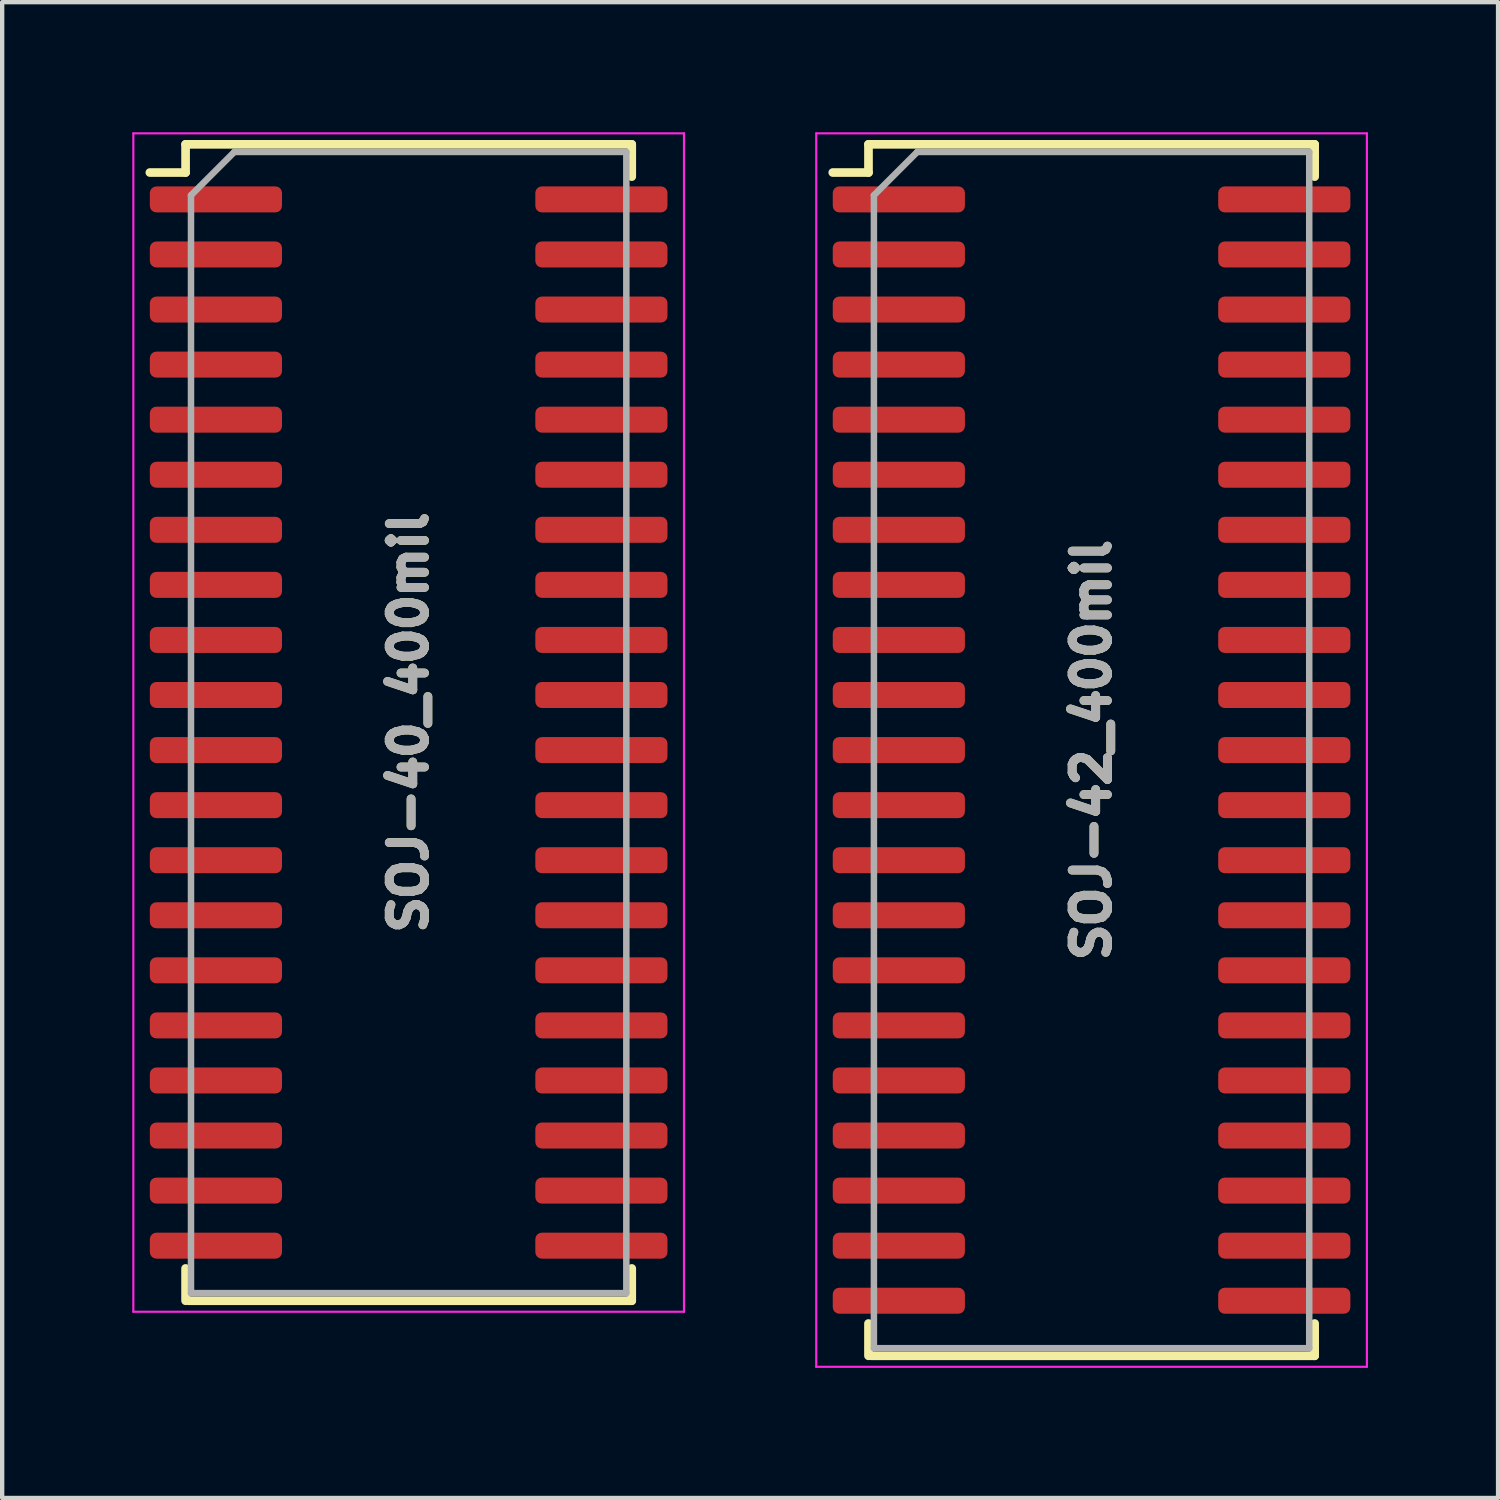
<source format=kicad_pcb>
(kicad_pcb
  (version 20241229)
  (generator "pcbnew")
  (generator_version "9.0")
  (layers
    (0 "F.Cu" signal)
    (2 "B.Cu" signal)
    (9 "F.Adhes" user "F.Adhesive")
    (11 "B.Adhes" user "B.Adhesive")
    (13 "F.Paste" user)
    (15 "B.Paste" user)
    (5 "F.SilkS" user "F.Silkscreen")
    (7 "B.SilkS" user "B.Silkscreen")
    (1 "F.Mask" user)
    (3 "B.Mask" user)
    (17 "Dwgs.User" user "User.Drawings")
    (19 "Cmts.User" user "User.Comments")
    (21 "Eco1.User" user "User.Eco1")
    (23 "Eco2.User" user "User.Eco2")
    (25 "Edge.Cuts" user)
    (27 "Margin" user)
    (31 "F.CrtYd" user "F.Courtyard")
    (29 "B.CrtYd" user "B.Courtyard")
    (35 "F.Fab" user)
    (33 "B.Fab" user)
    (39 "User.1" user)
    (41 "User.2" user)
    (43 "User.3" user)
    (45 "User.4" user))
  (footprint "SOJ-42_400mil"
    (layer "F.Cu")
    (at 22.125 14.249)
    (property "Reference" "SOJ-42_400mil" (at 0 0 90) (layer "F.Fab") (effects (font (size 0.813 0.813) (thickness 0.203))))
    (attr smd)
    (fp_line (start -5.145 -13.97) (end -5.145 -13.32) (stroke (width 0.2) (type solid)) (layer "F.SilkS"))
    (fp_line (start -5.145 -13.97) (end 5.145 -13.97) (stroke (width 0.2) (type solid)) (layer "F.SilkS"))
    (fp_line (start -5.145 -13.32) (end -5.969 -13.32) (stroke (width 0.2) (type solid)) (layer "F.SilkS"))
    (fp_line (start -5.145 13.97) (end -5.145 13.225) (stroke (width 0.2) (type solid)) (layer "F.SilkS"))
    (fp_line (start -5.08 13.97) (end 5.145 13.97) (stroke (width 0.2) (type solid)) (layer "F.SilkS"))
    (fp_line (start 5.145 -13.97) (end 5.145 -13.225) (stroke (width 0.2) (type solid)) (layer "F.SilkS"))
    (fp_line (start 5.145 13.97) (end 5.145 13.225) (stroke (width 0.2) (type solid)) (layer "F.SilkS"))
    (fp_line (start -6.35 -14.224) (end -6.35 14.224) (stroke (width 0.05) (type solid)) (layer "F.CrtYd"))
    (fp_line (start -6.35 -14.224) (end 6.35 -14.224) (stroke (width 0.05) (type solid)) (layer "F.CrtYd"))
    (fp_line (start -6.35 14.224) (end 6.35 14.224) (stroke (width 0.05) (type solid)) (layer "F.CrtYd"))
    (fp_line (start 6.35 -14.224) (end 6.35 14.224) (stroke (width 0.05) (type solid)) (layer "F.CrtYd"))
    (fp_line (start -5.02 -12.795) (end -5.02 13.795) (stroke (width 0.15) (type solid)) (layer "F.Fab"))
    (fp_line (start -5.02 -12.795) (end -4.02 -13.795) (stroke (width 0.15) (type solid)) (layer "F.Fab"))
    (fp_line (start -4.02 -13.795) (end 5.02 -13.795) (stroke (width 0.15) (type solid)) (layer "F.Fab"))
    (fp_line (start 5.02 -13.795) (end 5.02 13.795) (stroke (width 0.15) (type solid)) (layer "F.Fab"))
    (fp_line (start 5.02 13.795) (end -5.02 13.795) (stroke (width 0.15) (type solid)) (layer "F.Fab"))
    (fp_text user "${REFERENCE}" (at 0 0 90) (layer "F.SilkS") (effects (font (size 0.813 0.813) (thickness 0.203))))
    (pad "1" smd roundrect (at -4.445 -12.7) (size 3.048 0.6) (layers "F.Cu" "F.Mask" "F.Paste") (roundrect_rratio 0.25))
    (pad "2" smd roundrect (at -4.445 -11.43) (size 3.048 0.6) (layers "F.Cu" "F.Mask" "F.Paste") (roundrect_rratio 0.25))
    (pad "3" smd roundrect (at -4.445 -10.16) (size 3.048 0.6) (layers "F.Cu" "F.Mask" "F.Paste") (roundrect_rratio 0.25))
    (pad "4" smd roundrect (at -4.445 -8.89) (size 3.048 0.6) (layers "F.Cu" "F.Mask" "F.Paste") (roundrect_rratio 0.25))
    (pad "5" smd roundrect (at -4.445 -7.62) (size 3.048 0.6) (layers "F.Cu" "F.Mask" "F.Paste") (roundrect_rratio 0.25))
    (pad "6" smd roundrect (at -4.445 -6.35) (size 3.048 0.6) (layers "F.Cu" "F.Mask" "F.Paste") (roundrect_rratio 0.25))
    (pad "7" smd roundrect (at -4.445 -5.08) (size 3.048 0.6) (layers "F.Cu" "F.Mask" "F.Paste") (roundrect_rratio 0.25))
    (pad "8" smd roundrect (at -4.445 -3.81) (size 3.048 0.6) (layers "F.Cu" "F.Mask" "F.Paste") (roundrect_rratio 0.25))
    (pad "9" smd roundrect (at -4.445 -2.54) (size 3.048 0.6) (layers "F.Cu" "F.Mask" "F.Paste") (roundrect_rratio 0.25))
    (pad "10" smd roundrect (at -4.445 -1.27) (size 3.048 0.6) (layers "F.Cu" "F.Mask" "F.Paste") (roundrect_rratio 0.25))
    (pad "11" smd roundrect (at -4.445 0) (size 3.048 0.6) (layers "F.Cu" "F.Mask" "F.Paste") (roundrect_rratio 0.25))
    (pad "12" smd roundrect (at -4.445 1.27) (size 3.048 0.6) (layers "F.Cu" "F.Mask" "F.Paste") (roundrect_rratio 0.25))
    (pad "13" smd roundrect (at -4.445 2.54) (size 3.048 0.6) (layers "F.Cu" "F.Mask" "F.Paste") (roundrect_rratio 0.25))
    (pad "14" smd roundrect (at -4.445 3.81) (size 3.048 0.6) (layers "F.Cu" "F.Mask" "F.Paste") (roundrect_rratio 0.25))
    (pad "15" smd roundrect (at -4.445 5.08) (size 3.048 0.6) (layers "F.Cu" "F.Mask" "F.Paste") (roundrect_rratio 0.25))
    (pad "16" smd roundrect (at -4.445 6.35) (size 3.048 0.6) (layers "F.Cu" "F.Mask" "F.Paste") (roundrect_rratio 0.25))
    (pad "17" smd roundrect (at -4.445 7.62) (size 3.048 0.6) (layers "F.Cu" "F.Mask" "F.Paste") (roundrect_rratio 0.25))
    (pad "18" smd roundrect (at -4.445 8.89) (size 3.048 0.6) (layers "F.Cu" "F.Mask" "F.Paste") (roundrect_rratio 0.25))
    (pad "19" smd roundrect (at -4.445 10.16) (size 3.048 0.6) (layers "F.Cu" "F.Mask" "F.Paste") (roundrect_rratio 0.25))
    (pad "20" smd roundrect (at -4.445 11.43) (size 3.048 0.6) (layers "F.Cu" "F.Mask" "F.Paste") (roundrect_rratio 0.25))
    (pad "21" smd roundrect (at -4.445 12.7) (size 3.048 0.6) (layers "F.Cu" "F.Mask" "F.Paste") (roundrect_rratio 0.25))
    (pad "22" smd roundrect (at 4.445 12.7) (size 3.048 0.6) (layers "F.Cu" "F.Mask" "F.Paste") (roundrect_rratio 0.25))
    (pad "23" smd roundrect (at 4.445 11.43) (size 3.048 0.6) (layers "F.Cu" "F.Mask" "F.Paste") (roundrect_rratio 0.25))
    (pad "24" smd roundrect (at 4.445 10.16) (size 3.048 0.6) (layers "F.Cu" "F.Mask" "F.Paste") (roundrect_rratio 0.25))
    (pad "25" smd roundrect (at 4.445 8.89) (size 3.048 0.6) (layers "F.Cu" "F.Mask" "F.Paste") (roundrect_rratio 0.25))
    (pad "26" smd roundrect (at 4.445 7.62) (size 3.048 0.6) (layers "F.Cu" "F.Mask" "F.Paste") (roundrect_rratio 0.25))
    (pad "27" smd roundrect (at 4.445 6.35) (size 3.048 0.6) (layers "F.Cu" "F.Mask" "F.Paste") (roundrect_rratio 0.25))
    (pad "28" smd roundrect (at 4.445 5.08) (size 3.048 0.6) (layers "F.Cu" "F.Mask" "F.Paste") (roundrect_rratio 0.25))
    (pad "29" smd roundrect (at 4.445 3.81) (size 3.048 0.6) (layers "F.Cu" "F.Mask" "F.Paste") (roundrect_rratio 0.25))
    (pad "30" smd roundrect (at 4.445 2.54) (size 3.048 0.6) (layers "F.Cu" "F.Mask" "F.Paste") (roundrect_rratio 0.25))
    (pad "31" smd roundrect (at 4.445 1.27) (size 3.048 0.6) (layers "F.Cu" "F.Mask" "F.Paste") (roundrect_rratio 0.25))
    (pad "32" smd roundrect (at 4.445 0) (size 3.048 0.6) (layers "F.Cu" "F.Mask" "F.Paste") (roundrect_rratio 0.25))
    (pad "33" smd roundrect (at 4.445 -1.27) (size 3.048 0.6) (layers "F.Cu" "F.Mask" "F.Paste") (roundrect_rratio 0.25))
    (pad "34" smd roundrect (at 4.445 -2.54) (size 3.048 0.6) (layers "F.Cu" "F.Mask" "F.Paste") (roundrect_rratio 0.25))
    (pad "35" smd roundrect (at 4.445 -3.81) (size 3.048 0.6) (layers "F.Cu" "F.Mask" "F.Paste") (roundrect_rratio 0.25))
    (pad "36" smd roundrect (at 4.445 -5.08) (size 3.048 0.6) (layers "F.Cu" "F.Mask" "F.Paste") (roundrect_rratio 0.25))
    (pad "37" smd roundrect (at 4.445 -6.35) (size 3.048 0.6) (layers "F.Cu" "F.Mask" "F.Paste") (roundrect_rratio 0.25))
    (pad "38" smd roundrect (at 4.445 -7.62) (size 3.048 0.6) (layers "F.Cu" "F.Mask" "F.Paste") (roundrect_rratio 0.25))
    (pad "39" smd roundrect (at 4.445 -8.89) (size 3.048 0.6) (layers "F.Cu" "F.Mask" "F.Paste") (roundrect_rratio 0.25))
    (pad "40" smd roundrect (at 4.445 -10.16) (size 3.048 0.6) (layers "F.Cu" "F.Mask" "F.Paste") (roundrect_rratio 0.25))
    (pad "41" smd roundrect (at 4.445 -11.43) (size 3.048 0.6) (layers "F.Cu" "F.Mask" "F.Paste") (roundrect_rratio 0.25))
    (pad "42" smd roundrect (at 4.445 -12.7) (size 3.048 0.6) (layers "F.Cu" "F.Mask" "F.Paste") (roundrect_rratio 0.25)))
  (footprint "SOJ-40_400mil"
    (layer "F.Cu")
    (at 6.375 13.614)
    (property "Reference" "SOJ-40_400mil" (at 0 0 90) (layer "F.Fab") (effects (font (size 0.813 0.813) (thickness 0.203))))
    (attr smd)
    (fp_line (start -5.145 -13.335) (end -5.145 -12.685) (stroke (width 0.2) (type solid)) (layer "F.SilkS"))
    (fp_line (start -5.145 -13.335) (end 5.145 -13.335) (stroke (width 0.2) (type solid)) (layer "F.SilkS"))
    (fp_line (start -5.145 -12.685) (end -5.969 -12.685) (stroke (width 0.2) (type solid)) (layer "F.SilkS"))
    (fp_line (start -5.145 13.335) (end -5.145 12.59) (stroke (width 0.2) (type solid)) (layer "F.SilkS"))
    (fp_line (start -5.08 13.335) (end 5.145 13.335) (stroke (width 0.2) (type solid)) (layer "F.SilkS"))
    (fp_line (start 5.145 -13.335) (end 5.145 -12.59) (stroke (width 0.2) (type solid)) (layer "F.SilkS"))
    (fp_line (start 5.145 13.335) (end 5.145 12.59) (stroke (width 0.2) (type solid)) (layer "F.SilkS"))
    (fp_line (start -6.35 -13.589) (end -6.35 13.589) (stroke (width 0.05) (type solid)) (layer "F.CrtYd"))
    (fp_line (start -6.35 -13.589) (end 6.35 -13.589) (stroke (width 0.05) (type solid)) (layer "F.CrtYd"))
    (fp_line (start -6.35 13.589) (end 6.35 13.589) (stroke (width 0.05) (type solid)) (layer "F.CrtYd"))
    (fp_line (start 6.35 -13.589) (end 6.35 13.589) (stroke (width 0.05) (type solid)) (layer "F.CrtYd"))
    (fp_line (start -5.02 -12.16) (end -5.02 13.16) (stroke (width 0.15) (type solid)) (layer "F.Fab"))
    (fp_line (start -5.02 -12.16) (end -4.02 -13.16) (stroke (width 0.15) (type solid)) (layer "F.Fab"))
    (fp_line (start -4.02 -13.16) (end 5.02 -13.16) (stroke (width 0.15) (type solid)) (layer "F.Fab"))
    (fp_line (start 5.02 -13.16) (end 5.02 13.16) (stroke (width 0.15) (type solid)) (layer "F.Fab"))
    (fp_line (start 5.02 13.16) (end -5.02 13.16) (stroke (width 0.15) (type solid)) (layer "F.Fab"))
    (fp_text user "${REFERENCE}" (at 0 0 90) (layer "F.SilkS") (effects (font (size 0.813 0.813) (thickness 0.203))))
    (pad "1" smd roundrect (at -4.445 -12.065) (size 3.048 0.6) (layers "F.Cu" "F.Mask" "F.Paste") (roundrect_rratio 0.25))
    (pad "2" smd roundrect (at -4.445 -10.795) (size 3.048 0.6) (layers "F.Cu" "F.Mask" "F.Paste") (roundrect_rratio 0.25))
    (pad "3" smd roundrect (at -4.445 -9.525) (size 3.048 0.6) (layers "F.Cu" "F.Mask" "F.Paste") (roundrect_rratio 0.25))
    (pad "4" smd roundrect (at -4.445 -8.255) (size 3.048 0.6) (layers "F.Cu" "F.Mask" "F.Paste") (roundrect_rratio 0.25))
    (pad "5" smd roundrect (at -4.445 -6.985) (size 3.048 0.6) (layers "F.Cu" "F.Mask" "F.Paste") (roundrect_rratio 0.25))
    (pad "6" smd roundrect (at -4.445 -5.715) (size 3.048 0.6) (layers "F.Cu" "F.Mask" "F.Paste") (roundrect_rratio 0.25))
    (pad "7" smd roundrect (at -4.445 -4.445) (size 3.048 0.6) (layers "F.Cu" "F.Mask" "F.Paste") (roundrect_rratio 0.25))
    (pad "8" smd roundrect (at -4.445 -3.175) (size 3.048 0.6) (layers "F.Cu" "F.Mask" "F.Paste") (roundrect_rratio 0.25))
    (pad "9" smd roundrect (at -4.445 -1.905) (size 3.048 0.6) (layers "F.Cu" "F.Mask" "F.Paste") (roundrect_rratio 0.25))
    (pad "10" smd roundrect (at -4.445 -0.635) (size 3.048 0.6) (layers "F.Cu" "F.Mask" "F.Paste") (roundrect_rratio 0.25))
    (pad "11" smd roundrect (at -4.445 0.635) (size 3.048 0.6) (layers "F.Cu" "F.Mask" "F.Paste") (roundrect_rratio 0.25))
    (pad "12" smd roundrect (at -4.445 1.905) (size 3.048 0.6) (layers "F.Cu" "F.Mask" "F.Paste") (roundrect_rratio 0.25))
    (pad "13" smd roundrect (at -4.445 3.175) (size 3.048 0.6) (layers "F.Cu" "F.Mask" "F.Paste") (roundrect_rratio 0.25))
    (pad "14" smd roundrect (at -4.445 4.445) (size 3.048 0.6) (layers "F.Cu" "F.Mask" "F.Paste") (roundrect_rratio 0.25))
    (pad "15" smd roundrect (at -4.445 5.715) (size 3.048 0.6) (layers "F.Cu" "F.Mask" "F.Paste") (roundrect_rratio 0.25))
    (pad "16" smd roundrect (at -4.445 6.985) (size 3.048 0.6) (layers "F.Cu" "F.Mask" "F.Paste") (roundrect_rratio 0.25))
    (pad "17" smd roundrect (at -4.445 8.255) (size 3.048 0.6) (layers "F.Cu" "F.Mask" "F.Paste") (roundrect_rratio 0.25))
    (pad "18" smd roundrect (at -4.445 9.525) (size 3.048 0.6) (layers "F.Cu" "F.Mask" "F.Paste") (roundrect_rratio 0.25))
    (pad "19" smd roundrect (at -4.445 10.795) (size 3.048 0.6) (layers "F.Cu" "F.Mask" "F.Paste") (roundrect_rratio 0.25))
    (pad "20" smd roundrect (at -4.445 12.065) (size 3.048 0.6) (layers "F.Cu" "F.Mask" "F.Paste") (roundrect_rratio 0.25))
    (pad "21" smd roundrect (at 4.445 12.065) (size 3.048 0.6) (layers "F.Cu" "F.Mask" "F.Paste") (roundrect_rratio 0.25))
    (pad "22" smd roundrect (at 4.445 10.795) (size 3.048 0.6) (layers "F.Cu" "F.Mask" "F.Paste") (roundrect_rratio 0.25))
    (pad "23" smd roundrect (at 4.445 9.525) (size 3.048 0.6) (layers "F.Cu" "F.Mask" "F.Paste") (roundrect_rratio 0.25))
    (pad "24" smd roundrect (at 4.445 8.255) (size 3.048 0.6) (layers "F.Cu" "F.Mask" "F.Paste") (roundrect_rratio 0.25))
    (pad "25" smd roundrect (at 4.445 6.985) (size 3.048 0.6) (layers "F.Cu" "F.Mask" "F.Paste") (roundrect_rratio 0.25))
    (pad "26" smd roundrect (at 4.445 5.715) (size 3.048 0.6) (layers "F.Cu" "F.Mask" "F.Paste") (roundrect_rratio 0.25))
    (pad "27" smd roundrect (at 4.445 4.445) (size 3.048 0.6) (layers "F.Cu" "F.Mask" "F.Paste") (roundrect_rratio 0.25))
    (pad "28" smd roundrect (at 4.445 3.175) (size 3.048 0.6) (layers "F.Cu" "F.Mask" "F.Paste") (roundrect_rratio 0.25))
    (pad "29" smd roundrect (at 4.445 1.905) (size 3.048 0.6) (layers "F.Cu" "F.Mask" "F.Paste") (roundrect_rratio 0.25))
    (pad "30" smd roundrect (at 4.445 0.635) (size 3.048 0.6) (layers "F.Cu" "F.Mask" "F.Paste") (roundrect_rratio 0.25))
    (pad "31" smd roundrect (at 4.445 -0.635) (size 3.048 0.6) (layers "F.Cu" "F.Mask" "F.Paste") (roundrect_rratio 0.25))
    (pad "32" smd roundrect (at 4.445 -1.905) (size 3.048 0.6) (layers "F.Cu" "F.Mask" "F.Paste") (roundrect_rratio 0.25))
    (pad "33" smd roundrect (at 4.445 -3.175) (size 3.048 0.6) (layers "F.Cu" "F.Mask" "F.Paste") (roundrect_rratio 0.25))
    (pad "34" smd roundrect (at 4.445 -4.445) (size 3.048 0.6) (layers "F.Cu" "F.Mask" "F.Paste") (roundrect_rratio 0.25))
    (pad "35" smd roundrect (at 4.445 -5.715) (size 3.048 0.6) (layers "F.Cu" "F.Mask" "F.Paste") (roundrect_rratio 0.25))
    (pad "36" smd roundrect (at 4.445 -6.985) (size 3.048 0.6) (layers "F.Cu" "F.Mask" "F.Paste") (roundrect_rratio 0.25))
    (pad "37" smd roundrect (at 4.445 -8.255) (size 3.048 0.6) (layers "F.Cu" "F.Mask" "F.Paste") (roundrect_rratio 0.25))
    (pad "38" smd roundrect (at 4.445 -9.525) (size 3.048 0.6) (layers "F.Cu" "F.Mask" "F.Paste") (roundrect_rratio 0.25))
    (pad "39" smd roundrect (at 4.445 -10.795) (size 3.048 0.6) (layers "F.Cu" "F.Mask" "F.Paste") (roundrect_rratio 0.25))
    (pad "40" smd roundrect (at 4.445 -12.065) (size 3.048 0.6) (layers "F.Cu" "F.Mask" "F.Paste") (roundrect_rratio 0.25)))
  (gr_rect
    (start -3 -3)
    (end 31.5 31.498)
    (stroke (width 0.1) (type default))
    (fill no)
    (layer "Edge.Cuts")))
</source>
